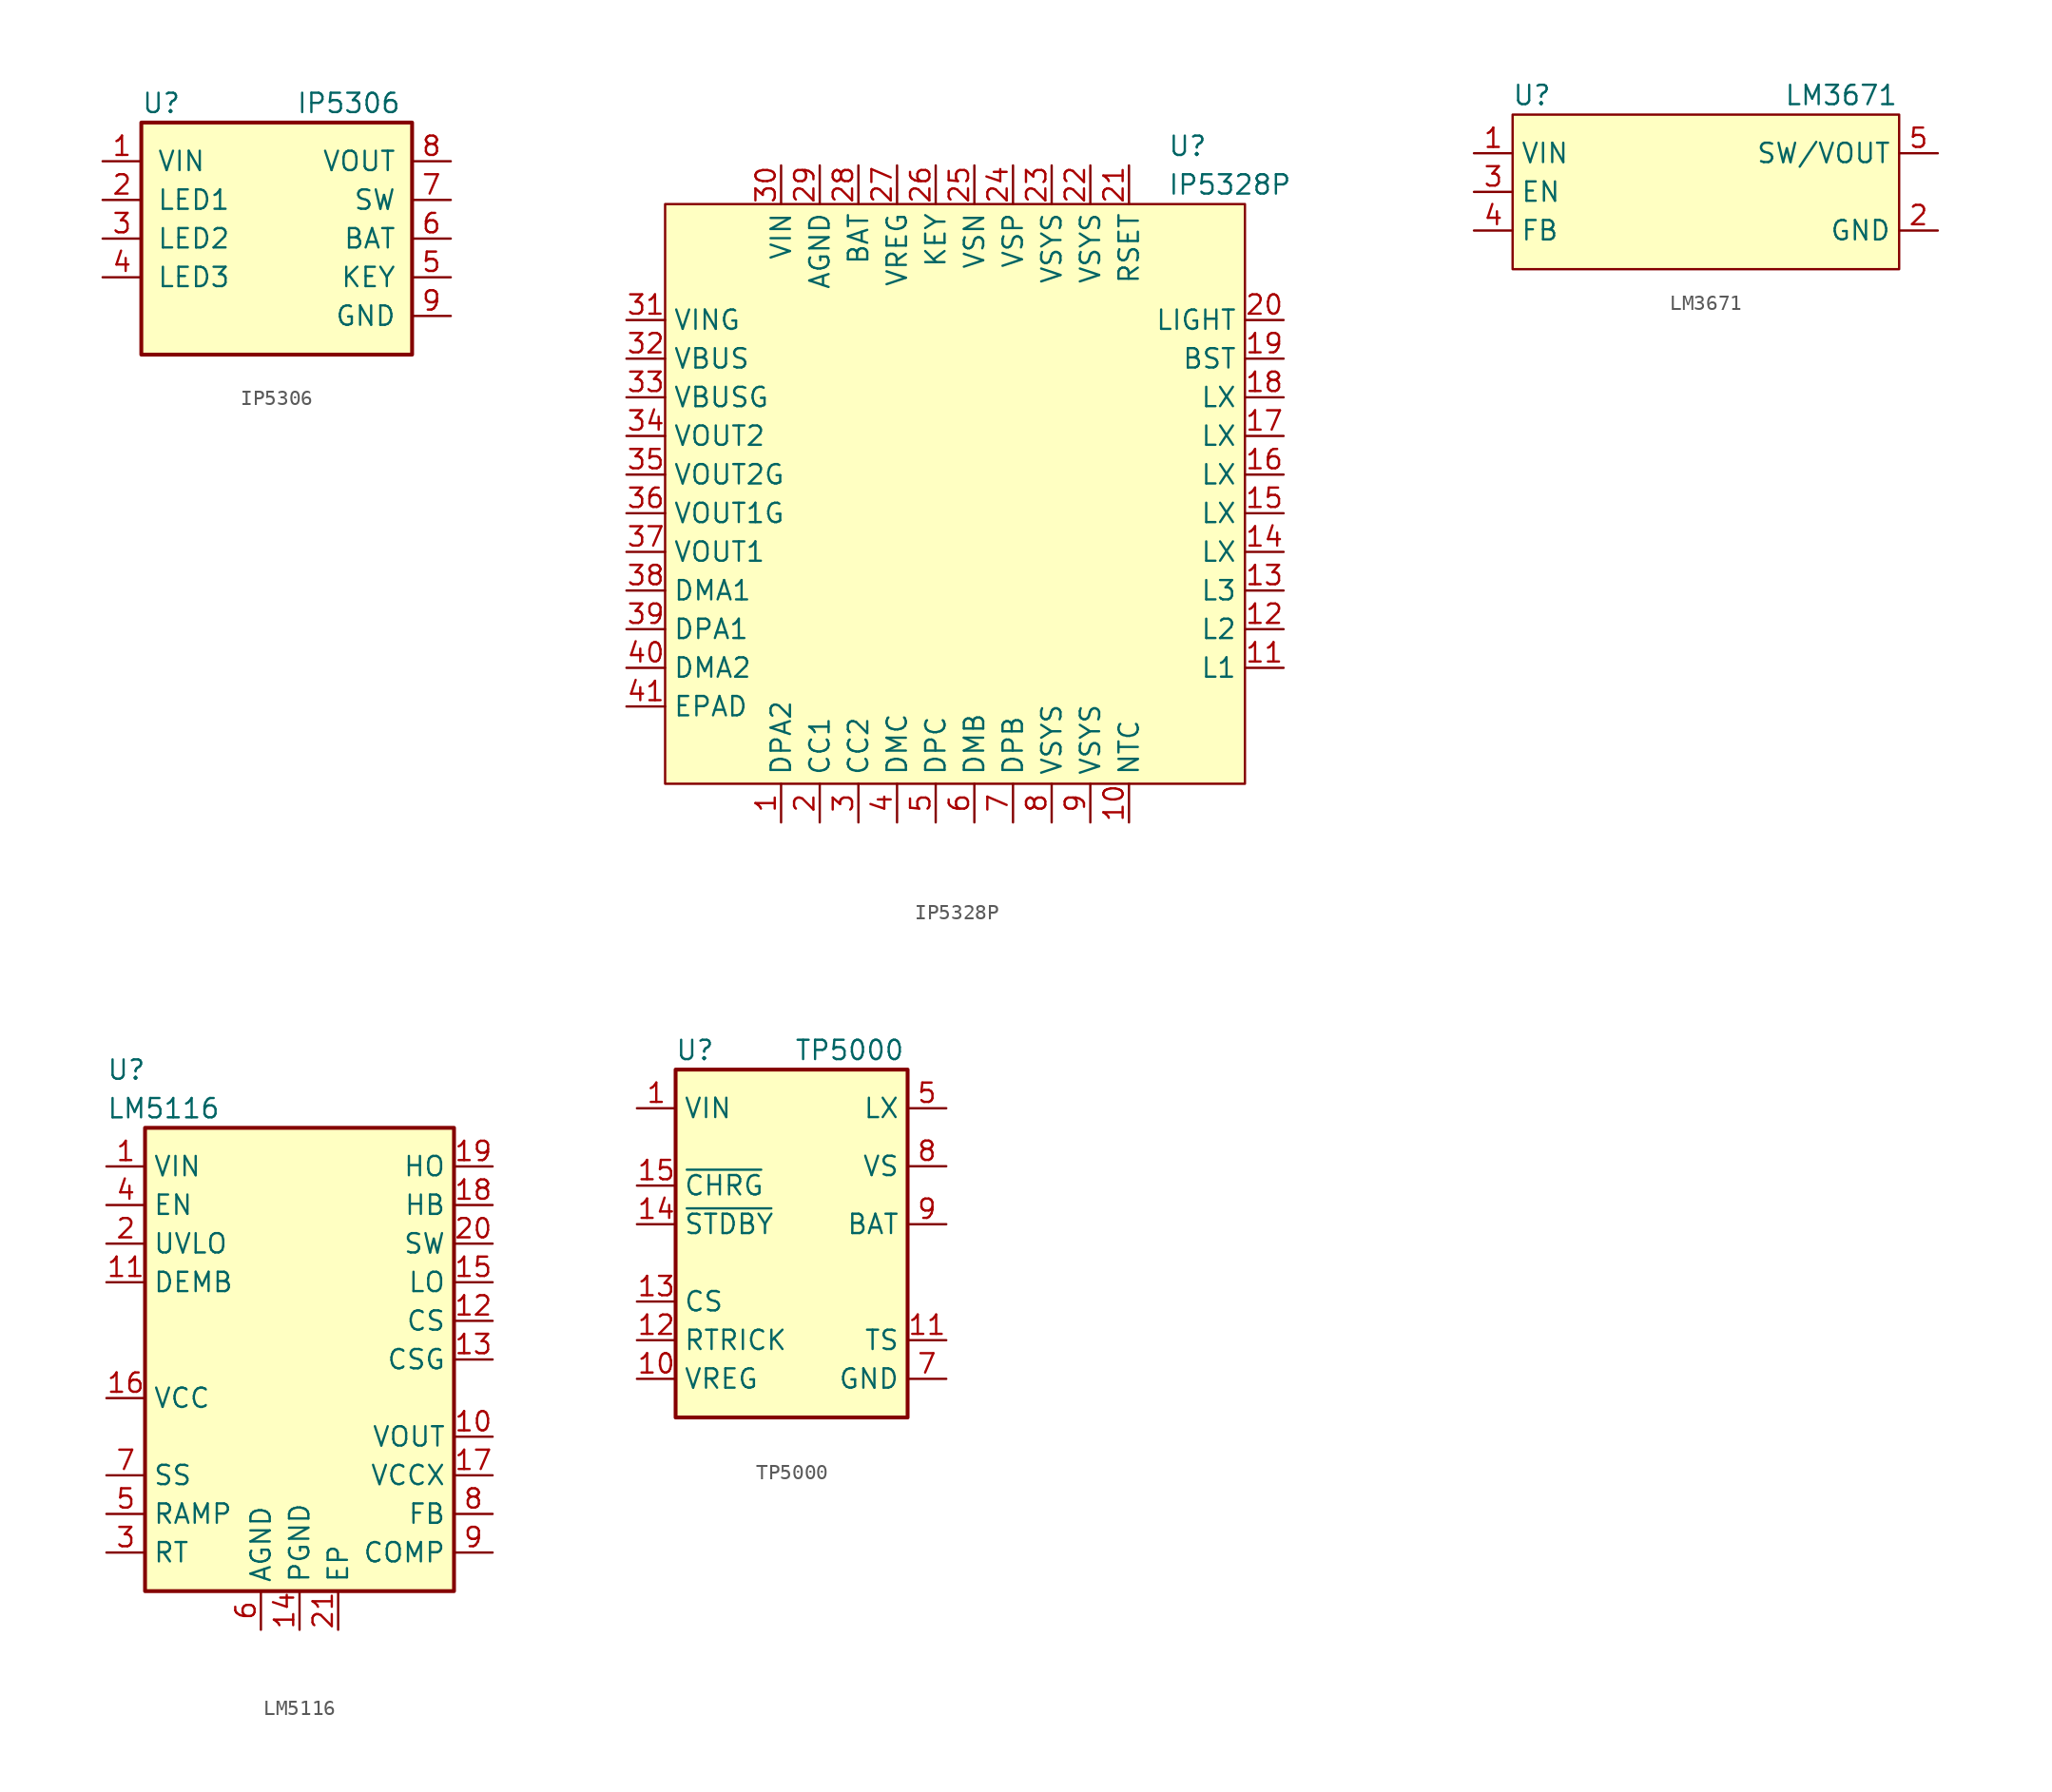
<source format=kicad_sym>
(kicad_symbol_lib
  (version 20231120)
  (generator "kicad_symbol_editor")
  (generator_version "8.0")
  (symbol "IP5306"
    (pin_names
      (offset 1.016))
    (property "Reference" "U"
      (at -8.89 7.62 0)
      (effects (font (size 1.27 1.27)) (justify left)))
    (property "Value" "IP5306"
      (at 1.27 7.62 0)
      (effects (font (size 1.27 1.27)) (justify left)))
    (symbol "IP5306_0_1"
      (rectangle (start -8.89 6.35) (end 8.89 -8.89) (stroke (width 0.254) (type default)) (fill (type background))))
    (symbol "IP5306_1_1"
      (pin power_in line (at -11.43 3.81 0) (length 2.54) (name "VIN" (effects (font (size 1.27 1.27)))) (number "1" (effects (font (size 1.27 1.27)))))
      (pin bidirectional line (at -11.43 1.27 0) (length 2.54) (name "LED1" (effects (font (size 1.27 1.27)))) (number "2" (effects (font (size 1.27 1.27)))))
      (pin bidirectional line (at -11.43 -1.27 0) (length 2.54) (name "LED2" (effects (font (size 1.27 1.27)))) (number "3" (effects (font (size 1.27 1.27)))))
      (pin bidirectional line (at -11.43 -3.81 0) (length 2.54) (name "LED3" (effects (font (size 1.27 1.27)))) (number "4" (effects (font (size 1.27 1.27)))))
      (pin power_in line (at 11.43 -3.81 180) (length 2.54) (name "KEY" (effects (font (size 1.27 1.27)))) (number "5" (effects (font (size 1.27 1.27)))))
      (pin input line (at 11.43 -1.27 180) (length 2.54) (name "BAT" (effects (font (size 1.27 1.27)))) (number "6" (effects (font (size 1.27 1.27)))))
      (pin power_in line (at 11.43 1.27 180) (length 2.54) (name "SW" (effects (font (size 1.27 1.27)))) (number "7" (effects (font (size 1.27 1.27)))))
      (pin power_in line (at 11.43 3.81 180) (length 2.54) (name "VOUT" (effects (font (size 1.27 1.27)))) (number "8" (effects (font (size 1.27 1.27)))))
      (pin power_in line (at 11.43 -6.35 180) (length 2.54) (name "GND" (effects (font (size 1.27 1.27)))) (number "9" (effects (font (size 1.27 1.27)))))))
  (symbol "IP5328P"
    (property "Reference" "U"
      (at 13.97 22.86 0)
      (effects (font (size 1.27 1.27)) (justify left)))
    (property "Value" "IP5328P"
      (at 13.97 20.32 0)
      (effects (font (size 1.27 1.27)) (justify left)))
    (symbol "IP5328P_0_0"
      (pin input line (at 11.43 -21.59 90) (length 2.54) (name "NTC" (effects (font (size 1.27 1.27)))) (number "10" (effects (font (size 1.27 1.27)))))
      (pin bidirectional line (at -8.89 -21.59 90) (length 2.54) (name "CC1" (effects (font (size 1.27 1.27)))) (number "2" (effects (font (size 1.27 1.27)))))
      (pin bidirectional line (at -6.35 -21.59 90) (length 2.54) (name "CC2" (effects (font (size 1.27 1.27)))) (number "3" (effects (font (size 1.27 1.27)))))
      (pin power_out line (at -21.59 8.89 0) (length 2.54) (name "VBUS" (effects (font (size 1.27 1.27)))) (number "32" (effects (font (size 1.27 1.27)))))
      (pin output line (at -21.59 6.35 0) (length 2.54) (name "VBUSG" (effects (font (size 1.27 1.27)))) (number "33" (effects (font (size 1.27 1.27)))))
      (pin power_out line (at -21.59 3.81 0) (length 2.54) (name "VOUT2" (effects (font (size 1.27 1.27)))) (number "34" (effects (font (size 1.27 1.27)))))
      (pin output line (at -21.59 1.27 0) (length 2.54) (name "VOUT2G" (effects (font (size 1.27 1.27)))) (number "35" (effects (font (size 1.27 1.27)))))
      (pin output line (at -21.59 -1.27 0) (length 2.54) (name "VOUT1G" (effects (font (size 1.27 1.27)))) (number "36" (effects (font (size 1.27 1.27)))))
      (pin power_out line (at -21.59 -3.81 0) (length 2.54) (name "VOUT1" (effects (font (size 1.27 1.27)))) (number "37" (effects (font (size 1.27 1.27)))))
      (pin bidirectional line (at -21.59 -6.35 0) (length 2.54) (name "DMA1" (effects (font (size 1.27 1.27)))) (number "38" (effects (font (size 1.27 1.27)))))
      (pin bidirectional line (at -21.59 -8.89 0) (length 2.54) (name "DPA1" (effects (font (size 1.27 1.27)))) (number "39" (effects (font (size 1.27 1.27)))))
      (pin bidirectional line (at -3.81 -21.59 90) (length 2.54) (name "DMC" (effects (font (size 1.27 1.27)))) (number "4" (effects (font (size 1.27 1.27)))))
      (pin bidirectional line (at -21.59 -11.43 0) (length 2.54) (name "DMA2" (effects (font (size 1.27 1.27)))) (number "40" (effects (font (size 1.27 1.27)))))
      (pin bidirectional line (at -1.27 -21.59 90) (length 2.54) (name "DPC" (effects (font (size 1.27 1.27)))) (number "5" (effects (font (size 1.27 1.27)))))
      (pin bidirectional line (at 1.27 -21.59 90) (length 2.54) (name "DMB" (effects (font (size 1.27 1.27)))) (number "6" (effects (font (size 1.27 1.27)))))
      (pin bidirectional line (at 3.81 -21.59 90) (length 2.54) (name "DPB" (effects (font (size 1.27 1.27)))) (number "7" (effects (font (size 1.27 1.27)))))
      (pin power_out line (at 6.35 -21.59 90) (length 2.54) (name "VSYS" (effects (font (size 1.27 1.27)))) (number "8" (effects (font (size 1.27 1.27)))))
      (pin power_out line (at 8.89 -21.59 90) (length 2.54) (name "VSYS" (effects (font (size 1.27 1.27)))) (number "9" (effects (font (size 1.27 1.27))))))
    (symbol "IP5328P_0_1"
      (rectangle (start -19.05 19.05) (end 19.05 -19.05) (stroke (width 0.152) (type default)) (fill (type background))))
    (symbol "IP5328P_1_1"
      (pin bidirectional line (at -11.43 -21.59 90) (length 2.54) (name "DPA2" (effects (font (size 1.27 1.27)))) (number "1" (effects (font (size 1.27 1.27)))))
      (pin bidirectional line (at 21.59 -11.43 180) (length 2.54) (name "L1" (effects (font (size 1.27 1.27)))) (number "11" (effects (font (size 1.27 1.27)))))
      (pin bidirectional line (at 21.59 -8.89 180) (length 2.54) (name "L2" (effects (font (size 1.27 1.27)))) (number "12" (effects (font (size 1.27 1.27)))))
      (pin bidirectional line (at 21.59 -6.35 180) (length 2.54) (name "L3" (effects (font (size 1.27 1.27)))) (number "13" (effects (font (size 1.27 1.27)))))
      (pin bidirectional line (at 21.59 -3.81 180) (length 2.54) (name "LX" (effects (font (size 1.27 1.27)))) (number "14" (effects (font (size 1.27 1.27)))))
      (pin bidirectional line (at 21.59 -1.27 180) (length 2.54) (name "LX" (effects (font (size 1.27 1.27)))) (number "15" (effects (font (size 1.27 1.27)))))
      (pin bidirectional line (at 21.59 1.27 180) (length 2.54) (name "LX" (effects (font (size 1.27 1.27)))) (number "16" (effects (font (size 1.27 1.27)))))
      (pin bidirectional line (at 21.59 3.81 180) (length 2.54) (name "LX" (effects (font (size 1.27 1.27)))) (number "17" (effects (font (size 1.27 1.27)))))
      (pin bidirectional line (at 21.59 6.35 180) (length 2.54) (name "LX" (effects (font (size 1.27 1.27)))) (number "18" (effects (font (size 1.27 1.27)))))
      (pin input line (at 21.59 8.89 180) (length 2.54) (name "BST" (effects (font (size 1.27 1.27)))) (number "19" (effects (font (size 1.27 1.27)))))
      (pin output line (at 21.59 11.43 180) (length 2.54) (name "LIGHT" (effects (font (size 1.27 1.27)))) (number "20" (effects (font (size 1.27 1.27)))))
      (pin input line (at 11.43 21.59 270) (length 2.54) (name "RSET" (effects (font (size 1.27 1.27)))) (number "21" (effects (font (size 1.27 1.27)))))
      (pin power_out line (at 8.89 21.59 270) (length 2.54) (name "VSYS" (effects (font (size 1.27 1.27)))) (number "22" (effects (font (size 1.27 1.27)))))
      (pin power_out line (at 6.35 21.59 270) (length 2.54) (name "VSYS" (effects (font (size 1.27 1.27)))) (number "23" (effects (font (size 1.27 1.27)))))
      (pin input line (at 3.81 21.59 270) (length 2.54) (name "VSP" (effects (font (size 1.27 1.27)))) (number "24" (effects (font (size 1.27 1.27)))))
      (pin input line (at 1.27 21.59 270) (length 2.54) (name "VSN" (effects (font (size 1.27 1.27)))) (number "25" (effects (font (size 1.27 1.27)))))
      (pin input line (at -1.27 21.59 270) (length 2.54) (name "KEY" (effects (font (size 1.27 1.27)))) (number "26" (effects (font (size 1.27 1.27)))))
      (pin output line (at -3.81 21.59 270) (length 2.54) (name "VREG" (effects (font (size 1.27 1.27)))) (number "27" (effects (font (size 1.27 1.27)))))
      (pin bidirectional line (at -6.35 21.59 270) (length 2.54) (name "BAT" (effects (font (size 1.27 1.27)))) (number "28" (effects (font (size 1.27 1.27)))))
      (pin power_in line (at -8.89 21.59 270) (length 2.54) (name "AGND" (effects (font (size 1.27 1.27)))) (number "29" (effects (font (size 1.27 1.27)))))
      (pin power_in line (at -11.43 21.59 270) (length 2.54) (name "VIN" (effects (font (size 1.27 1.27)))) (number "30" (effects (font (size 1.27 1.27)))))
      (pin output line (at -21.59 11.43 0) (length 2.54) (name "VING" (effects (font (size 1.27 1.27)))) (number "31" (effects (font (size 1.27 1.27)))))
      (pin power_in line (at -21.59 -13.97 0) (length 2.54) (name "EPAD" (effects (font (size 1.27 1.27)))) (number "41" (effects (font (size 1.27 1.27)))))))
  (symbol "LM3671"
    (property "Reference" "U"
      (at -11.43 6.35 0)
      (effects (font (size 1.27 1.27))))
    (property "Value" "LM3671"
      (at 8.89 6.35 0)
      (effects (font (size 1.27 1.27))))
    (symbol "LM3671_0_0"
      (pin power_in line (at -15.24 2.54 0) (length 2.54) (name "VIN" (effects (font (size 1.27 1.27)))) (number "1" (effects (font (size 1.27 1.27)))))
      (pin power_in line (at 15.24 -2.54 180) (length 2.54) (name "GND" (effects (font (size 1.27 1.27)))) (number "2" (effects (font (size 1.27 1.27)))))
      (pin input line (at -15.24 0 0) (length 2.54) (name "EN" (effects (font (size 1.27 1.27)))) (number "3" (effects (font (size 1.27 1.27)))))
      (pin input line (at -15.24 -2.54 0) (length 2.54) (name "FB" (effects (font (size 1.27 1.27)))) (number "4" (effects (font (size 1.27 1.27)))))
      (pin power_out line (at 15.24 2.54 180) (length 2.54) (name "SW/VOUT" (effects (font (size 1.27 1.27)))) (number "5" (effects (font (size 1.27 1.27))))))
    (symbol "LM3671_0_1"
      (rectangle (start -12.7 5.08) (end 12.7 -5.08) (stroke (width 0) (type default)) (fill (type background)))))
  (symbol "LM5116"
    (property "Reference" "U"
      (at -12.7 19.05 0)
      (effects (font (size 1.27 1.27)) (justify left)))
    (property "Value" "LM5116"
      (at -12.7 16.51 0)
      (effects (font (size 1.27 1.27)) (justify left)))
    (symbol "LM5116_0_1"
      (rectangle (start -10.16 15.24) (end 10.16 -15.24) (stroke (width 0.254) (type default)) (fill (type background))))
    (symbol "LM5116_1_1"
      (pin power_in line (at -12.7 12.7 0) (length 2.54) (name "VIN" (effects (font (size 1.27 1.27)))) (number "1" (effects (font (size 1.27 1.27)))))
      (pin input line (at 12.7 -5.08 180) (length 2.54) (name "VOUT" (effects (font (size 1.27 1.27)))) (number "10" (effects (font (size 1.27 1.27)))))
      (pin input line (at -12.7 5.08 0) (length 2.54) (name "DEMB" (effects (font (size 1.27 1.27)))) (number "11" (effects (font (size 1.27 1.27)))))
      (pin input line (at 12.7 2.54 180) (length 2.54) (name "CS" (effects (font (size 1.27 1.27)))) (number "12" (effects (font (size 1.27 1.27)))))
      (pin input line (at 12.7 0 180) (length 2.54) (name "CSG" (effects (font (size 1.27 1.27)))) (number "13" (effects (font (size 1.27 1.27)))))
      (pin power_in line (at 0 -17.78 90) (length 2.54) (name "PGND" (effects (font (size 1.27 1.27)))) (number "14" (effects (font (size 1.27 1.27)))))
      (pin output line (at 12.7 5.08 180) (length 2.54) (name "LO" (effects (font (size 1.27 1.27)))) (number "15" (effects (font (size 1.27 1.27)))))
      (pin power_out line (at -12.7 -2.54 0) (length 2.54) (name "VCC" (effects (font (size 1.27 1.27)))) (number "16" (effects (font (size 1.27 1.27)))))
      (pin power_in line (at 12.7 -7.62 180) (length 2.54) (name "VCCX" (effects (font (size 1.27 1.27)))) (number "17" (effects (font (size 1.27 1.27)))))
      (pin passive line (at 12.7 10.16 180) (length 2.54) (name "HB" (effects (font (size 1.27 1.27)))) (number "18" (effects (font (size 1.27 1.27)))))
      (pin output line (at 12.7 12.7 180) (length 2.54) (name "HO" (effects (font (size 1.27 1.27)))) (number "19" (effects (font (size 1.27 1.27)))))
      (pin input line (at -12.7 7.62 0) (length 2.54) (name "UVLO" (effects (font (size 1.27 1.27)))) (number "2" (effects (font (size 1.27 1.27)))))
      (pin passive line (at 12.7 7.62 180) (length 2.54) (name "SW" (effects (font (size 1.27 1.27)))) (number "20" (effects (font (size 1.27 1.27)))))
      (pin passive line (at 2.54 -17.78 90) (length 2.54) (name "EP" (effects (font (size 1.27 1.27)))) (number "21" (effects (font (size 1.27 1.27)))))
      (pin passive line (at -12.7 -12.7 0) (length 2.54) (name "RT" (effects (font (size 1.27 1.27)))) (number "3" (effects (font (size 1.27 1.27)))))
      (pin input line (at -12.7 10.16 0) (length 2.54) (name "EN" (effects (font (size 1.27 1.27)))) (number "4" (effects (font (size 1.27 1.27)))))
      (pin passive line (at -12.7 -10.16 0) (length 2.54) (name "RAMP" (effects (font (size 1.27 1.27)))) (number "5" (effects (font (size 1.27 1.27)))))
      (pin power_in line (at -2.54 -17.78 90) (length 2.54) (name "AGND" (effects (font (size 1.27 1.27)))) (number "6" (effects (font (size 1.27 1.27)))))
      (pin passive line (at -12.7 -7.62 0) (length 2.54) (name "SS" (effects (font (size 1.27 1.27)))) (number "7" (effects (font (size 1.27 1.27)))))
      (pin input line (at 12.7 -10.16 180) (length 2.54) (name "FB" (effects (font (size 1.27 1.27)))) (number "8" (effects (font (size 1.27 1.27)))))
      (pin output line (at 12.7 -12.7 180) (length 2.54) (name "COMP" (effects (font (size 1.27 1.27)))) (number "9" (effects (font (size 1.27 1.27)))))))
  (symbol "TP5000"
    (property "Reference" "U"
      (at -6.35 12.7 0)
      (effects (font (size 1.27 1.27))))
    (property "Value" "TP5000"
      (at 3.81 12.7 0)
      (effects (font (size 1.27 1.27))))
    (symbol "TP5000_0_1"
      (rectangle (start -7.62 11.43) (end 7.62 -11.43) (stroke (width 0.254) (type default)) (fill (type background))))
    (symbol "TP5000_1_1"
      (pin power_in line (at -10.16 8.89 0) (length 2.54) (name "VIN" (effects (font (size 1.27 1.27)))) (number "1" (effects (font (size 1.27 1.27)))))
      (pin power_out line (at -10.16 -8.89 0) (length 2.54) (name "VREG" (effects (font (size 1.27 1.27)))) (number "10" (effects (font (size 1.27 1.27)))))
      (pin power_in line (at 10.16 -6.35 180) (length 2.54) (name "TS" (effects (font (size 1.27 1.27)))) (number "11" (effects (font (size 1.27 1.27)))))
      (pin input line (at -10.16 -6.35 0) (length 2.54) (name "RTRICK" (effects (font (size 1.27 1.27)))) (number "12" (effects (font (size 1.27 1.27)))))
      (pin input line (at -10.16 -3.81 0) (length 2.54) (name "CS" (effects (font (size 1.27 1.27)))) (number "13" (effects (font (size 1.27 1.27)))))
      (pin open_collector line (at -10.16 1.27 0) (length 2.54) (name "~{STDBY}" (effects (font (size 1.27 1.27)))) (number "14" (effects (font (size 1.27 1.27)))))
      (pin open_collector line (at -10.16 3.81 0) (length 2.54) (name "~{CHRG}" (effects (font (size 1.27 1.27)))) (number "15" (effects (font (size 1.27 1.27)))))
      (pin power_in line (at -10.16 8.89 0) (length 2.54) hide (name "VIN" (effects (font (size 1.27 1.27)))) (number "16" (effects (font (size 1.27 1.27)))))
      (pin power_in line (at 10.16 -8.89 180) (length 2.54) hide (name "GND" (effects (font (size 1.27 1.27)))) (number "17" (effects (font (size 1.27 1.27)))))
      (pin power_in line (at -10.16 8.89 0) (length 2.54) hide (name "VIN" (effects (font (size 1.27 1.27)))) (number "2" (effects (font (size 1.27 1.27)))))
      (pin bidirectional line (at 10.16 8.89 180) (length 2.54) hide (name "LX" (effects (font (size 1.27 1.27)))) (number "3" (effects (font (size 1.27 1.27)))))
      (pin bidirectional line (at 10.16 8.89 180) (length 2.54) hide (name "LX" (effects (font (size 1.27 1.27)))) (number "4" (effects (font (size 1.27 1.27)))))
      (pin bidirectional line (at 10.16 8.89 180) (length 2.54) (name "LX" (effects (font (size 1.27 1.27)))) (number "5" (effects (font (size 1.27 1.27)))))
      (pin power_in line (at 10.16 -8.89 180) (length 2.54) hide (name "GND" (effects (font (size 1.27 1.27)))) (number "6" (effects (font (size 1.27 1.27)))))
      (pin power_in line (at 10.16 -8.89 180) (length 2.54) (name "GND" (effects (font (size 1.27 1.27)))) (number "7" (effects (font (size 1.27 1.27)))))
      (pin input line (at 10.16 5.08 180) (length 2.54) (name "VS" (effects (font (size 1.27 1.27)))) (number "8" (effects (font (size 1.27 1.27)))))
      (pin input line (at 10.16 1.27 180) (length 2.54) (name "BAT" (effects (font (size 1.27 1.27)))) (number "9" (effects (font (size 1.27 1.27))))))))
</source>
